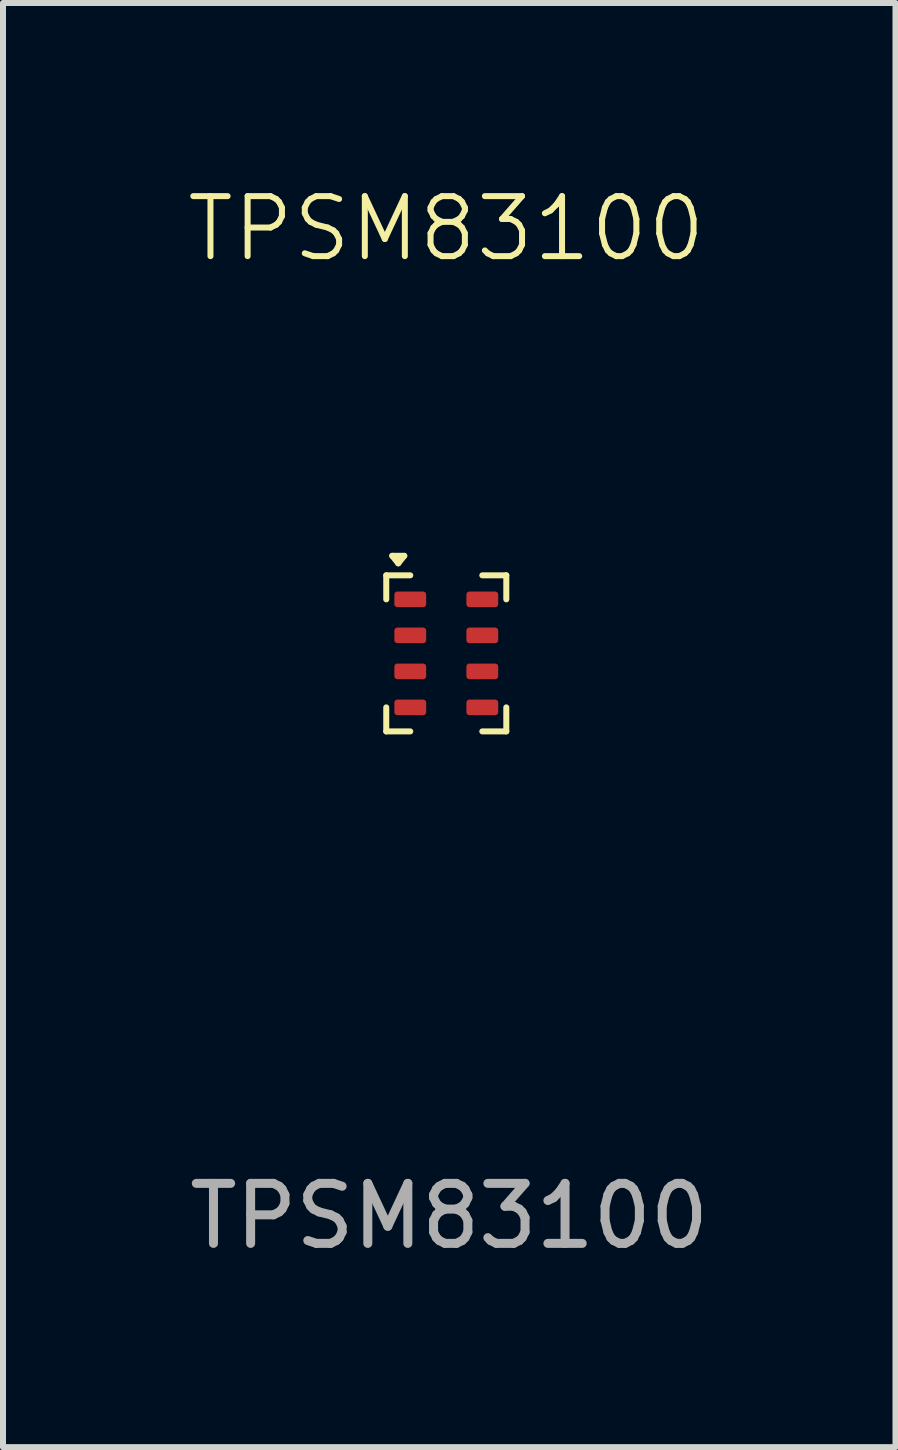
<source format=kicad_pcb>
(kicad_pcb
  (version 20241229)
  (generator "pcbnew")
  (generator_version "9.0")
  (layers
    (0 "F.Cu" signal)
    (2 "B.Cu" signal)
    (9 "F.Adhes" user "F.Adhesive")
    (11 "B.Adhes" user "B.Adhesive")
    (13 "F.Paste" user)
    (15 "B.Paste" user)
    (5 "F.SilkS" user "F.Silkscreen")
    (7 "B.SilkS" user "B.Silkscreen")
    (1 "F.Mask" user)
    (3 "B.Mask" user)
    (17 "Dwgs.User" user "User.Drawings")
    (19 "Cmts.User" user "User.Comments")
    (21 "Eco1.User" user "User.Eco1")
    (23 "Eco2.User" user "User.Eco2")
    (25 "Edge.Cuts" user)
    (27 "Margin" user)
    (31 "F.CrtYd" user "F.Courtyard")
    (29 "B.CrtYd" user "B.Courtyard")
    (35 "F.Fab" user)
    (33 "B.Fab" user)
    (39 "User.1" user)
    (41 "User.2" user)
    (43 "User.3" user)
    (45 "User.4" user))
  (footprint "TPSM83100"
    (layer "F.Cu")
    (at 4.385 7.835)
    (property "Reference" "TPSM83100" (at 0 -7.075 0) (unlocked yes) (layer "F.SilkS") (effects (font (size 1 1) (thickness 0.1))))
    (attr smd)
    (fp_line (start -1 -1.3) (end -1 -0.9) (stroke (width 0.1) (type default)) (layer "F.SilkS"))
    (fp_line (start -1 -1.3) (end -0.6 -1.3) (stroke (width 0.1) (type default)) (layer "F.SilkS"))
    (fp_line (start -1 1.3) (end -1 0.9) (stroke (width 0.1) (type default)) (layer "F.SilkS"))
    (fp_line (start -1 1.3) (end -0.6 1.3) (stroke (width 0.1) (type default)) (layer "F.SilkS"))
    (fp_line (start -0.9 -1.625) (end -0.7 -1.625) (stroke (width 0.1) (type default)) (layer "F.SilkS"))
    (fp_line (start -0.8 -1.5) (end -0.9 -1.625) (stroke (width 0.1) (type default)) (layer "F.SilkS"))
    (fp_line (start -0.8 -1.5) (end -0.7 -1.625) (stroke (width 0.1) (type default)) (layer "F.SilkS"))
    (fp_line (start 1 -1.3) (end 0.6 -1.3) (stroke (width 0.1) (type default)) (layer "F.SilkS"))
    (fp_line (start 1 -1.3) (end 1 -0.9) (stroke (width 0.1) (type default)) (layer "F.SilkS"))
    (fp_line (start 1 1.3) (end 0.6 1.3) (stroke (width 0.1) (type default)) (layer "F.SilkS"))
    (fp_line (start 1 1.3) (end 1 0.9) (stroke (width 0.1) (type default)) (layer "F.SilkS"))
    (fp_text user "${REFERENCE}" (at 0.05 9.375 0) (unlocked yes) (layer "F.Fab") (effects (font (size 1 1) (thickness 0.15))))
    (pad "1" smd roundrect (at -0.6 -0.9) (size 0.53 0.26) (layers "F.Cu" "F.Mask") (roundrect_rratio 0.192))
    (pad "2" smd roundrect (at -0.6 -0.3) (size 0.53 0.26) (layers "F.Cu" "F.Mask") (roundrect_rratio 0.192))
    (pad "3" smd roundrect (at -0.6 0.3) (size 0.53 0.26) (layers "F.Cu" "F.Mask") (roundrect_rratio 0.192))
    (pad "4" smd roundrect (at -0.6 0.9) (size 0.53 0.26) (layers "F.Cu" "F.Mask") (roundrect_rratio 0.192))
    (pad "5" smd roundrect (at 0.6 0.9) (size 0.53 0.26) (layers "F.Cu" "F.Mask") (roundrect_rratio 0.192))
    (pad "6" smd roundrect (at 0.6 0.3) (size 0.53 0.26) (layers "F.Cu" "F.Mask") (roundrect_rratio 0.192))
    (pad "7" smd roundrect (at 0.6 -0.3) (size 0.53 0.26) (layers "F.Cu" "F.Mask") (roundrect_rratio 0.192))
    (pad "8" smd roundrect (at 0.6 -0.9) (size 0.53 0.26) (layers "F.Cu" "F.Mask") (roundrect_rratio 0.192)))
  (gr_rect
    (start -3 -3)
    (end 11.869 21.059)
    (stroke (width 0.1) (type default))
    (fill no)
    (layer "Edge.Cuts")))
</source>
